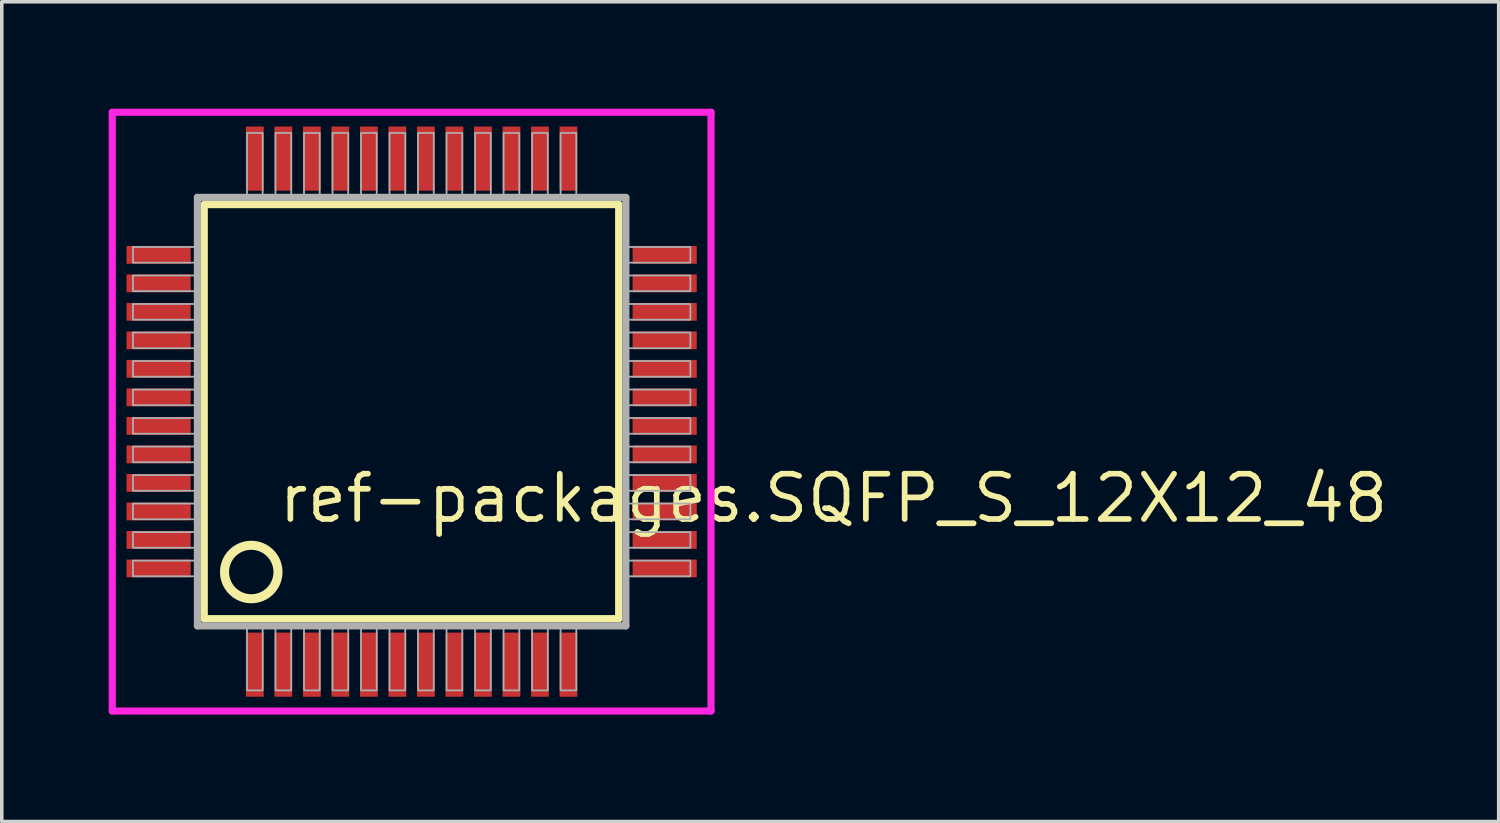
<source format=kicad_pcb>
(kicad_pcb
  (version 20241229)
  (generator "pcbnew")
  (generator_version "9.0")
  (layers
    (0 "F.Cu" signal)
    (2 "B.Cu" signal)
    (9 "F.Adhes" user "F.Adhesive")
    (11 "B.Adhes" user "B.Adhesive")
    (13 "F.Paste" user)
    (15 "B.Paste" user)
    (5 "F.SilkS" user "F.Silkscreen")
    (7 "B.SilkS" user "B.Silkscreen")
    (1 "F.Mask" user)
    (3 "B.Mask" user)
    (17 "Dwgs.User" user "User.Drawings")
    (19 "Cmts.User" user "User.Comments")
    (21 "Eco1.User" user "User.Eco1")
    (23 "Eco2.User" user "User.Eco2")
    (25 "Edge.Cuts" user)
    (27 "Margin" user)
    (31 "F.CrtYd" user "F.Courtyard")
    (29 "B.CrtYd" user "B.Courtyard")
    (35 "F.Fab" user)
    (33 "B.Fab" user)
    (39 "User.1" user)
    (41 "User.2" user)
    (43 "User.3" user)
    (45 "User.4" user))
  (footprint "ref-packages.SQFP_S_12X12_48"
    (layer "F.Cu")
    (at 8.5 8.5)
    (property "Reference" "ref-packages.SQFP_S_12X12_48" (at -3.81 3.175 0) (layer "F.SilkS") (effects (font (size 1.27 1.27) (thickness 0.16)) (justify left bottom)))
    (attr smd)
    (fp_line (start -5.82 -5.81) (end 5.81 -5.81) (stroke (width 0.203) (type default)) (layer "F.SilkS"))
    (fp_line (start -5.82 5.81) (end -5.82 -5.81) (stroke (width 0.203) (type default)) (layer "F.SilkS"))
    (fp_line (start 5.81 -5.81) (end 5.81 5.81) (stroke (width 0.203) (type default)) (layer "F.SilkS"))
    (fp_line (start 5.81 5.81) (end -5.82 5.81) (stroke (width 0.203) (type default)) (layer "F.SilkS"))
    (fp_circle (center -4.5 4.5) (end -3.75 4.5) (stroke (width 0.254) (type default)) (fill no) (layer "F.SilkS"))
    (fp_line (start -8.4 -8.4) (end 8.4 -8.4) (stroke (width 0.2) (type default)) (layer "F.CrtYd"))
    (fp_line (start -8.4 8.4) (end -8.4 -8.4) (stroke (width 0.2) (type default)) (layer "F.CrtYd"))
    (fp_line (start 8.4 -8.4) (end 8.4 8.4) (stroke (width 0.2) (type default)) (layer "F.CrtYd"))
    (fp_line (start 8.4 8.4) (end -8.4 8.4) (stroke (width 0.2) (type default)) (layer "F.CrtYd"))
    (fp_line (start -6.01 -6.01) (end -6.01 6.01) (stroke (width 0.203) (type default)) (layer "F.Fab"))
    (fp_line (start -6.01 6.01) (end 6.01 6.01) (stroke (width 0.203) (type default)) (layer "F.Fab"))
    (fp_line (start 6.01 -6.01) (end -6.01 -6.01) (stroke (width 0.203) (type default)) (layer "F.Fab"))
    (fp_line (start 6.01 6.01) (end 6.01 -6.01) (stroke (width 0.203) (type default)) (layer "F.Fab"))
    (fp_rect (start -7.82 -4.18) (end -6.05 -4.62) (stroke (width 0.05) (type default)) (fill no) (layer "F.Fab"))
    (fp_rect (start -7.82 -3.38) (end -6.05 -3.82) (stroke (width 0.05) (type default)) (fill no) (layer "F.Fab"))
    (fp_rect (start -7.82 -2.58) (end -6.05 -3.02) (stroke (width 0.05) (type default)) (fill no) (layer "F.Fab"))
    (fp_rect (start -7.82 -1.78) (end -6.05 -2.22) (stroke (width 0.05) (type default)) (fill no) (layer "F.Fab"))
    (fp_rect (start -7.82 -0.98) (end -6.05 -1.42) (stroke (width 0.05) (type default)) (fill no) (layer "F.Fab"))
    (fp_rect (start -7.82 -0.18) (end -6.05 -0.62) (stroke (width 0.05) (type default)) (fill no) (layer "F.Fab"))
    (fp_rect (start -7.82 0.62) (end -6.05 0.18) (stroke (width 0.05) (type default)) (fill no) (layer "F.Fab"))
    (fp_rect (start -7.82 1.42) (end -6.05 0.98) (stroke (width 0.05) (type default)) (fill no) (layer "F.Fab"))
    (fp_rect (start -7.82 2.22) (end -6.05 1.78) (stroke (width 0.05) (type default)) (fill no) (layer "F.Fab"))
    (fp_rect (start -7.82 3.02) (end -6.05 2.58) (stroke (width 0.05) (type default)) (fill no) (layer "F.Fab"))
    (fp_rect (start -7.82 3.82) (end -6.05 3.38) (stroke (width 0.05) (type default)) (fill no) (layer "F.Fab"))
    (fp_rect (start -7.82 4.62) (end -6.05 4.18) (stroke (width 0.05) (type default)) (fill no) (layer "F.Fab"))
    (fp_rect (start -4.62 -6.05) (end -4.18 -7.82) (stroke (width 0.05) (type default)) (fill no) (layer "F.Fab"))
    (fp_rect (start -4.62 7.82) (end -4.18 6.05) (stroke (width 0.05) (type default)) (fill no) (layer "F.Fab"))
    (fp_rect (start -3.82 -6.05) (end -3.38 -7.82) (stroke (width 0.05) (type default)) (fill no) (layer "F.Fab"))
    (fp_rect (start -3.82 7.82) (end -3.38 6.05) (stroke (width 0.05) (type default)) (fill no) (layer "F.Fab"))
    (fp_rect (start -3.02 -6.05) (end -2.58 -7.82) (stroke (width 0.05) (type default)) (fill no) (layer "F.Fab"))
    (fp_rect (start -3.02 7.82) (end -2.58 6.05) (stroke (width 0.05) (type default)) (fill no) (layer "F.Fab"))
    (fp_rect (start -2.22 -6.05) (end -1.78 -7.82) (stroke (width 0.05) (type default)) (fill no) (layer "F.Fab"))
    (fp_rect (start -2.22 7.82) (end -1.78 6.05) (stroke (width 0.05) (type default)) (fill no) (layer "F.Fab"))
    (fp_rect (start -1.42 -6.05) (end -0.98 -7.82) (stroke (width 0.05) (type default)) (fill no) (layer "F.Fab"))
    (fp_rect (start -1.42 7.82) (end -0.98 6.05) (stroke (width 0.05) (type default)) (fill no) (layer "F.Fab"))
    (fp_rect (start -0.62 -6.05) (end -0.18 -7.82) (stroke (width 0.05) (type default)) (fill no) (layer "F.Fab"))
    (fp_rect (start -0.62 7.82) (end -0.18 6.05) (stroke (width 0.05) (type default)) (fill no) (layer "F.Fab"))
    (fp_rect (start 0.18 -6.05) (end 0.62 -7.82) (stroke (width 0.05) (type default)) (fill no) (layer "F.Fab"))
    (fp_rect (start 0.18 7.82) (end 0.62 6.05) (stroke (width 0.05) (type default)) (fill no) (layer "F.Fab"))
    (fp_rect (start 0.98 -6.05) (end 1.42 -7.82) (stroke (width 0.05) (type default)) (fill no) (layer "F.Fab"))
    (fp_rect (start 0.98 7.82) (end 1.42 6.05) (stroke (width 0.05) (type default)) (fill no) (layer "F.Fab"))
    (fp_rect (start 1.78 -6.05) (end 2.22 -7.82) (stroke (width 0.05) (type default)) (fill no) (layer "F.Fab"))
    (fp_rect (start 1.78 7.82) (end 2.22 6.05) (stroke (width 0.05) (type default)) (fill no) (layer "F.Fab"))
    (fp_rect (start 2.58 -6.05) (end 3.02 -7.82) (stroke (width 0.05) (type default)) (fill no) (layer "F.Fab"))
    (fp_rect (start 2.58 7.82) (end 3.02 6.05) (stroke (width 0.05) (type default)) (fill no) (layer "F.Fab"))
    (fp_rect (start 3.38 -6.05) (end 3.82 -7.82) (stroke (width 0.05) (type default)) (fill no) (layer "F.Fab"))
    (fp_rect (start 3.38 7.82) (end 3.82 6.05) (stroke (width 0.05) (type default)) (fill no) (layer "F.Fab"))
    (fp_rect (start 4.18 -6.05) (end 4.62 -7.82) (stroke (width 0.05) (type default)) (fill no) (layer "F.Fab"))
    (fp_rect (start 4.18 7.82) (end 4.62 6.05) (stroke (width 0.05) (type default)) (fill no) (layer "F.Fab"))
    (fp_rect (start 6.05 -4.18) (end 7.82 -4.62) (stroke (width 0.05) (type default)) (fill no) (layer "F.Fab"))
    (fp_rect (start 6.05 -3.38) (end 7.82 -3.82) (stroke (width 0.05) (type default)) (fill no) (layer "F.Fab"))
    (fp_rect (start 6.05 -2.58) (end 7.82 -3.02) (stroke (width 0.05) (type default)) (fill no) (layer "F.Fab"))
    (fp_rect (start 6.05 -1.78) (end 7.82 -2.22) (stroke (width 0.05) (type default)) (fill no) (layer "F.Fab"))
    (fp_rect (start 6.05 -0.98) (end 7.82 -1.42) (stroke (width 0.05) (type default)) (fill no) (layer "F.Fab"))
    (fp_rect (start 6.05 -0.18) (end 7.82 -0.62) (stroke (width 0.05) (type default)) (fill no) (layer "F.Fab"))
    (fp_rect (start 6.05 0.62) (end 7.82 0.18) (stroke (width 0.05) (type default)) (fill no) (layer "F.Fab"))
    (fp_rect (start 6.05 1.42) (end 7.82 0.98) (stroke (width 0.05) (type default)) (fill no) (layer "F.Fab"))
    (fp_rect (start 6.05 2.22) (end 7.82 1.78) (stroke (width 0.05) (type default)) (fill no) (layer "F.Fab"))
    (fp_rect (start 6.05 3.02) (end 7.82 2.58) (stroke (width 0.05) (type default)) (fill no) (layer "F.Fab"))
    (fp_rect (start 6.05 3.82) (end 7.82 3.38) (stroke (width 0.05) (type default)) (fill no) (layer "F.Fab"))
    (fp_rect (start 6.05 4.62) (end 7.82 4.18) (stroke (width 0.05) (type default)) (fill no) (layer "F.Fab"))
    (pad "1" smd roundrect (at -4.4 7.1) (size 0.5 1.8) (layers "F.Cu" "F.Mask" "F.Paste") (roundrect_rratio 0.01))
    (pad "2" smd roundrect (at -3.6 7.1) (size 0.5 1.8) (layers "F.Cu" "F.Mask" "F.Paste") (roundrect_rratio 0.01))
    (pad "3" smd roundrect (at -2.8 7.1) (size 0.5 1.8) (layers "F.Cu" "F.Mask" "F.Paste") (roundrect_rratio 0.01))
    (pad "4" smd roundrect (at -2 7.1) (size 0.5 1.8) (layers "F.Cu" "F.Mask" "F.Paste") (roundrect_rratio 0.01))
    (pad "5" smd roundrect (at -1.2 7.1) (size 0.5 1.8) (layers "F.Cu" "F.Mask" "F.Paste") (roundrect_rratio 0.01))
    (pad "6" smd roundrect (at -0.4 7.1) (size 0.5 1.8) (layers "F.Cu" "F.Mask" "F.Paste") (roundrect_rratio 0.01))
    (pad "7" smd roundrect (at 0.4 7.1) (size 0.5 1.8) (layers "F.Cu" "F.Mask" "F.Paste") (roundrect_rratio 0.01))
    (pad "8" smd roundrect (at 1.2 7.1) (size 0.5 1.8) (layers "F.Cu" "F.Mask" "F.Paste") (roundrect_rratio 0.01))
    (pad "9" smd roundrect (at 2 7.1) (size 0.5 1.8) (layers "F.Cu" "F.Mask" "F.Paste") (roundrect_rratio 0.01))
    (pad "10" smd roundrect (at 2.8 7.1) (size 0.5 1.8) (layers "F.Cu" "F.Mask" "F.Paste") (roundrect_rratio 0.01))
    (pad "11" smd roundrect (at 3.6 7.1) (size 0.5 1.8) (layers "F.Cu" "F.Mask" "F.Paste") (roundrect_rratio 0.01))
    (pad "12" smd roundrect (at 4.4 7.1) (size 0.5 1.8) (layers "F.Cu" "F.Mask" "F.Paste") (roundrect_rratio 0.01))
    (pad "13" smd roundrect (at 7.1 4.4) (size 1.8 0.5) (layers "F.Cu" "F.Mask" "F.Paste") (roundrect_rratio 0.01))
    (pad "14" smd roundrect (at 7.1 3.6) (size 1.8 0.5) (layers "F.Cu" "F.Mask" "F.Paste") (roundrect_rratio 0.01))
    (pad "15" smd roundrect (at 7.1 2.8) (size 1.8 0.5) (layers "F.Cu" "F.Mask" "F.Paste") (roundrect_rratio 0.01))
    (pad "16" smd roundrect (at 7.1 2) (size 1.8 0.5) (layers "F.Cu" "F.Mask" "F.Paste") (roundrect_rratio 0.01))
    (pad "17" smd roundrect (at 7.1 1.2) (size 1.8 0.5) (layers "F.Cu" "F.Mask" "F.Paste") (roundrect_rratio 0.01))
    (pad "18" smd roundrect (at 7.1 0.4) (size 1.8 0.5) (layers "F.Cu" "F.Mask" "F.Paste") (roundrect_rratio 0.01))
    (pad "19" smd roundrect (at 7.1 -0.4) (size 1.8 0.5) (layers "F.Cu" "F.Mask" "F.Paste") (roundrect_rratio 0.01))
    (pad "20" smd roundrect (at 7.1 -1.2) (size 1.8 0.5) (layers "F.Cu" "F.Mask" "F.Paste") (roundrect_rratio 0.01))
    (pad "21" smd roundrect (at 7.1 -2) (size 1.8 0.5) (layers "F.Cu" "F.Mask" "F.Paste") (roundrect_rratio 0.01))
    (pad "22" smd roundrect (at 7.1 -2.8) (size 1.8 0.5) (layers "F.Cu" "F.Mask" "F.Paste") (roundrect_rratio 0.01))
    (pad "23" smd roundrect (at 7.1 -3.6) (size 1.8 0.5) (layers "F.Cu" "F.Mask" "F.Paste") (roundrect_rratio 0.01))
    (pad "24" smd roundrect (at 7.1 -4.4) (size 1.8 0.5) (layers "F.Cu" "F.Mask" "F.Paste") (roundrect_rratio 0.01))
    (pad "25" smd roundrect (at 4.4 -7.1) (size 0.5 1.8) (layers "F.Cu" "F.Mask" "F.Paste") (roundrect_rratio 0.01))
    (pad "26" smd roundrect (at 3.6 -7.1) (size 0.5 1.8) (layers "F.Cu" "F.Mask" "F.Paste") (roundrect_rratio 0.01))
    (pad "27" smd roundrect (at 2.8 -7.1) (size 0.5 1.8) (layers "F.Cu" "F.Mask" "F.Paste") (roundrect_rratio 0.01))
    (pad "28" smd roundrect (at 2 -7.1) (size 0.5 1.8) (layers "F.Cu" "F.Mask" "F.Paste") (roundrect_rratio 0.01))
    (pad "29" smd roundrect (at 1.2 -7.1) (size 0.5 1.8) (layers "F.Cu" "F.Mask" "F.Paste") (roundrect_rratio 0.01))
    (pad "30" smd roundrect (at 0.4 -7.1) (size 0.5 1.8) (layers "F.Cu" "F.Mask" "F.Paste") (roundrect_rratio 0.01))
    (pad "31" smd roundrect (at -0.4 -7.1) (size 0.5 1.8) (layers "F.Cu" "F.Mask" "F.Paste") (roundrect_rratio 0.01))
    (pad "32" smd roundrect (at -1.2 -7.1) (size 0.5 1.8) (layers "F.Cu" "F.Mask" "F.Paste") (roundrect_rratio 0.01))
    (pad "33" smd roundrect (at -2 -7.1) (size 0.5 1.8) (layers "F.Cu" "F.Mask" "F.Paste") (roundrect_rratio 0.01))
    (pad "34" smd roundrect (at -2.8 -7.1) (size 0.5 1.8) (layers "F.Cu" "F.Mask" "F.Paste") (roundrect_rratio 0.01))
    (pad "35" smd roundrect (at -3.6 -7.1) (size 0.5 1.8) (layers "F.Cu" "F.Mask" "F.Paste") (roundrect_rratio 0.01))
    (pad "36" smd roundrect (at -4.4 -7.1) (size 0.5 1.8) (layers "F.Cu" "F.Mask" "F.Paste") (roundrect_rratio 0.01))
    (pad "37" smd roundrect (at -7.1 -4.4) (size 1.8 0.5) (layers "F.Cu" "F.Mask" "F.Paste") (roundrect_rratio 0.01))
    (pad "38" smd roundrect (at -7.1 -3.6) (size 1.8 0.5) (layers "F.Cu" "F.Mask" "F.Paste") (roundrect_rratio 0.01))
    (pad "39" smd roundrect (at -7.1 -2.8) (size 1.8 0.5) (layers "F.Cu" "F.Mask" "F.Paste") (roundrect_rratio 0.01))
    (pad "40" smd roundrect (at -7.1 -2) (size 1.8 0.5) (layers "F.Cu" "F.Mask" "F.Paste") (roundrect_rratio 0.01))
    (pad "41" smd roundrect (at -7.1 -1.2) (size 1.8 0.5) (layers "F.Cu" "F.Mask" "F.Paste") (roundrect_rratio 0.01))
    (pad "42" smd roundrect (at -7.1 -0.4) (size 1.8 0.5) (layers "F.Cu" "F.Mask" "F.Paste") (roundrect_rratio 0.01))
    (pad "43" smd roundrect (at -7.1 0.4) (size 1.8 0.5) (layers "F.Cu" "F.Mask" "F.Paste") (roundrect_rratio 0.01))
    (pad "44" smd roundrect (at -7.1 1.2) (size 1.8 0.5) (layers "F.Cu" "F.Mask" "F.Paste") (roundrect_rratio 0.01))
    (pad "45" smd roundrect (at -7.1 2) (size 1.8 0.5) (layers "F.Cu" "F.Mask" "F.Paste") (roundrect_rratio 0.01))
    (pad "46" smd roundrect (at -7.1 2.8) (size 1.8 0.5) (layers "F.Cu" "F.Mask" "F.Paste") (roundrect_rratio 0.01))
    (pad "47" smd roundrect (at -7.1 3.6) (size 1.8 0.5) (layers "F.Cu" "F.Mask" "F.Paste") (roundrect_rratio 0.01))
    (pad "48" smd roundrect (at -7.1 4.4) (size 1.8 0.5) (layers "F.Cu" "F.Mask" "F.Paste") (roundrect_rratio 0.01)))
  (gr_rect
    (start -3 -3)
    (end 39.001 20)
    (stroke (width 0.1) (type default))
    (fill no)
    (layer "Edge.Cuts")))
</source>
